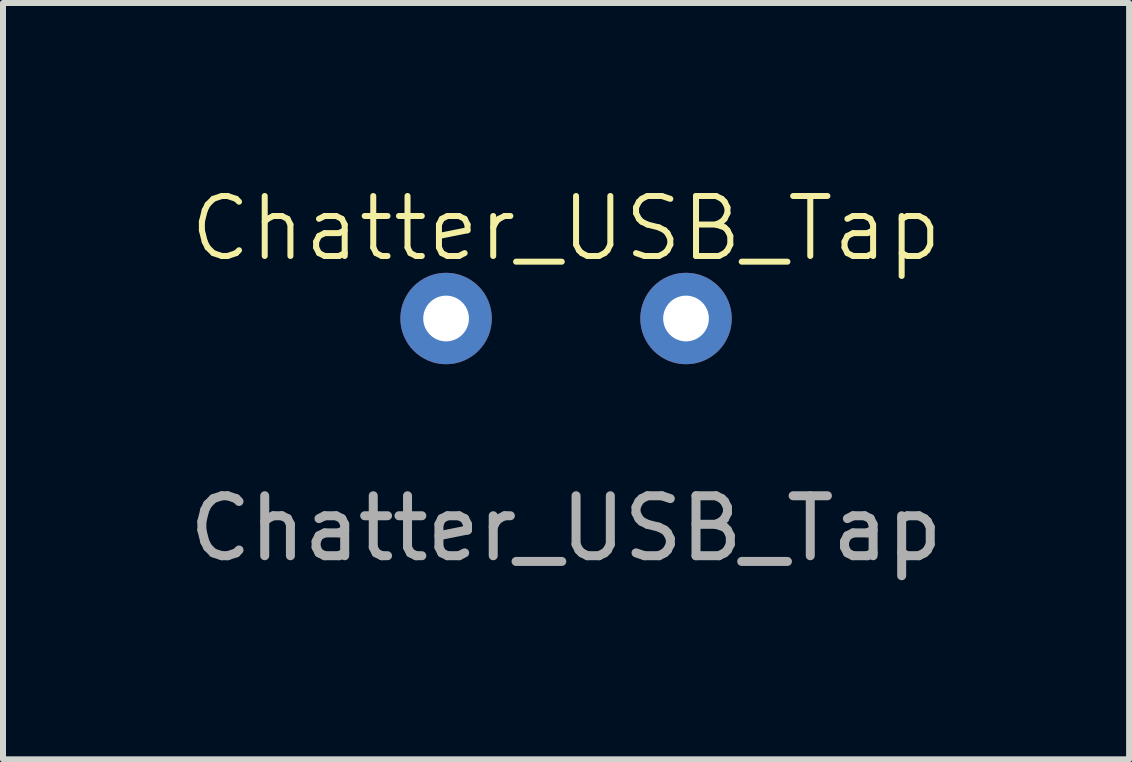
<source format=kicad_pcb>
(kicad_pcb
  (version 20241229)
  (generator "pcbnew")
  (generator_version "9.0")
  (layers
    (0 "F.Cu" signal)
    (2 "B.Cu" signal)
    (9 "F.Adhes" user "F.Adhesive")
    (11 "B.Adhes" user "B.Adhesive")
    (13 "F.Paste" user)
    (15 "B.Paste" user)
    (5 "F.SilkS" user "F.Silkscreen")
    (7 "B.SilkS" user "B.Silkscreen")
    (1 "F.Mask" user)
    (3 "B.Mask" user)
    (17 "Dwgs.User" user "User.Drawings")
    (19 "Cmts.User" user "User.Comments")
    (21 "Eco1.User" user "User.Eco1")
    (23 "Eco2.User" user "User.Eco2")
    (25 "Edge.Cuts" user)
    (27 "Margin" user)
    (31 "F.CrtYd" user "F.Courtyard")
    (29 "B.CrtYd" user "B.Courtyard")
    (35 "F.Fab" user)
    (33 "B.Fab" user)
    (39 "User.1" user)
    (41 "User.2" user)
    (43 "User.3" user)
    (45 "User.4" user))
  (footprint "Chatter_USB_Tap"
    (layer "F.Cu")
    (at 6.387 2.26)
    (property "Reference" "Chatter_USB_Tap" (at 0 -1.5 0) (unlocked yes) (layer "F.SilkS") (effects (font (size 1 1) (thickness 0.1))))
    (attr through_hole)
    (fp_text user "${REFERENCE}" (at 0 3.5 0) (unlocked yes) (layer "F.Fab") (effects (font (size 1 1) (thickness 0.15))))
    (pad "1" thru_hole circle (at -2 0) (size 1.524 1.524) (drill 0.762) (layers "*.Cu" "*.Mask"))
    (pad "2" thru_hole circle (at 2 0) (size 1.524 1.524) (drill 0.762) (layers "*.Cu" "*.Mask")))
  (gr_rect
    (start -3 -3)
    (end 15.774 9.609)
    (stroke (width 0.1) (type default))
    (fill no)
    (layer "Edge.Cuts")))
</source>
